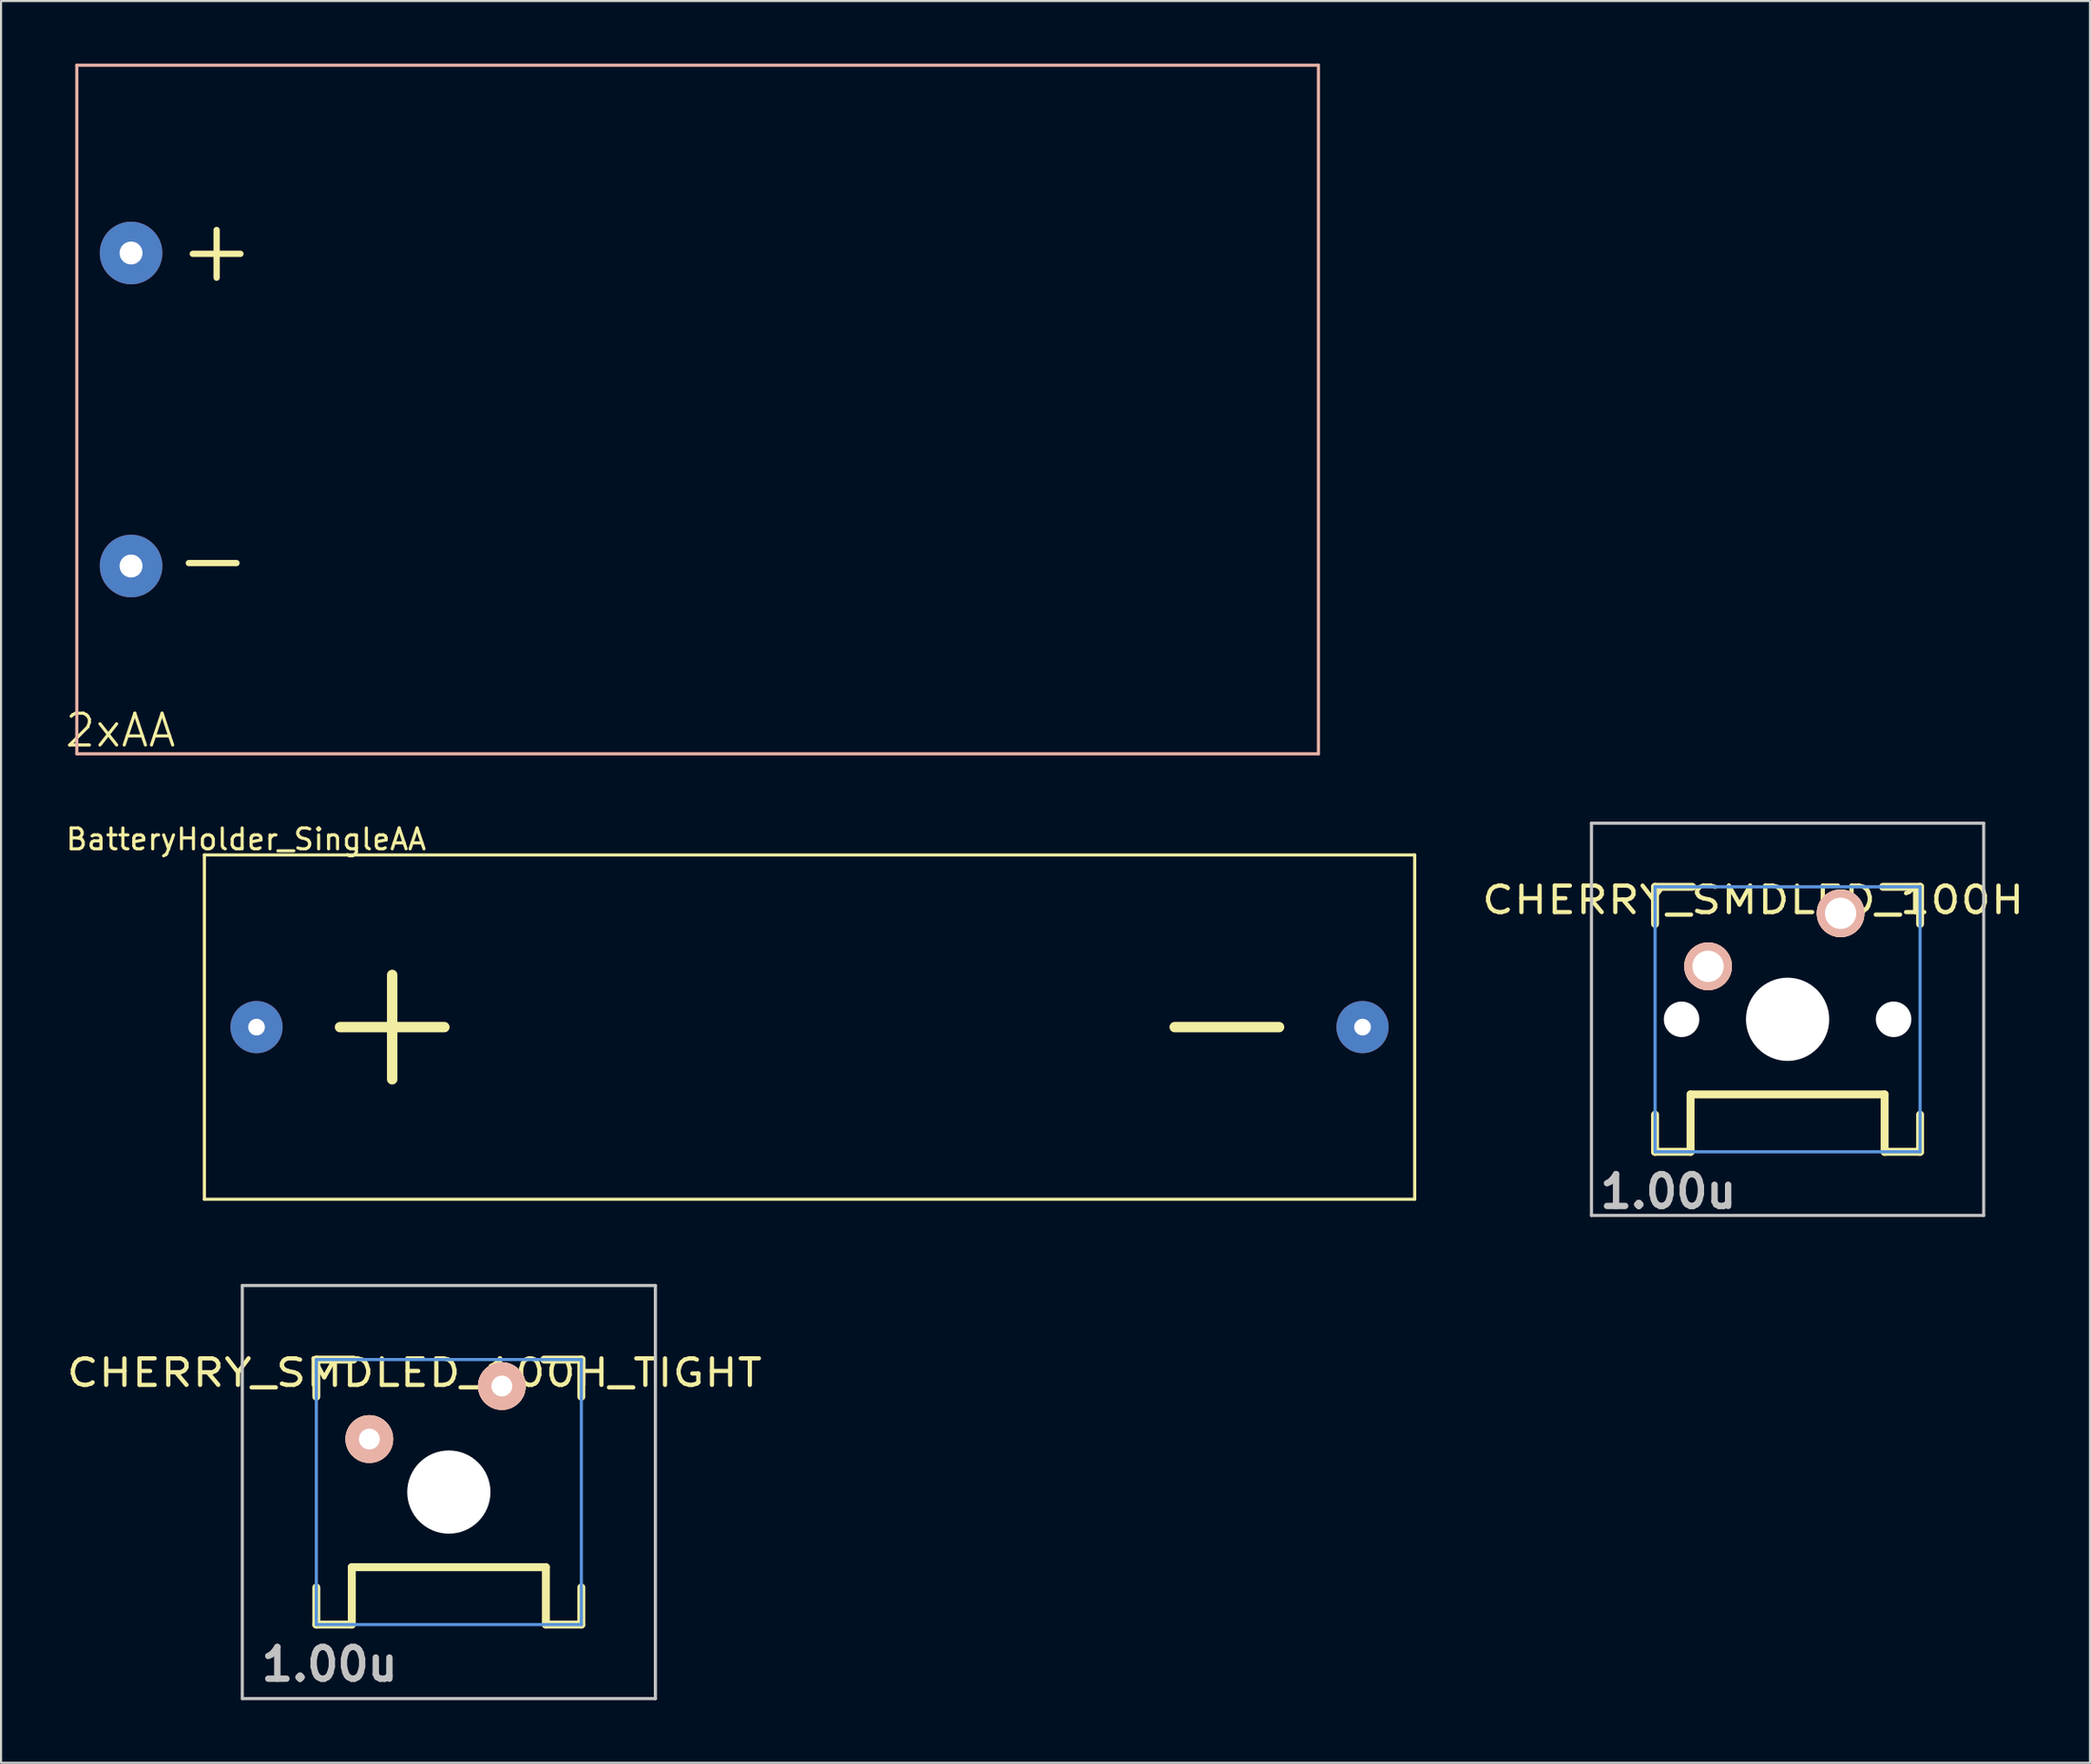
<source format=kicad_pcb>
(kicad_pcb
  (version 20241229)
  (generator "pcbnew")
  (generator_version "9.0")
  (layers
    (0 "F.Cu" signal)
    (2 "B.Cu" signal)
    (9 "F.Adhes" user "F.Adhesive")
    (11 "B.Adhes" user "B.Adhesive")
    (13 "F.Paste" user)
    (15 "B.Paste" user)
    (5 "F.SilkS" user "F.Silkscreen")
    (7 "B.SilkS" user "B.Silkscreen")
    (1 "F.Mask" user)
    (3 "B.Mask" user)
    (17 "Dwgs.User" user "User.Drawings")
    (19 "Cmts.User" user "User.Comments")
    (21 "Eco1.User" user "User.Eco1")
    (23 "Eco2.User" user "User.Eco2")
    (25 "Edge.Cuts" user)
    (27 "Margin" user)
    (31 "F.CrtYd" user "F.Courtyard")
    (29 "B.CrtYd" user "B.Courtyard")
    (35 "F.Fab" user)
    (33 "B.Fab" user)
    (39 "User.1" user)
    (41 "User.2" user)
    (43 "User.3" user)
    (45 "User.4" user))
  (footprint "CHERRY_SMDLED_100H"
    (layer "F.Cu")
    (at 82.613 45.799)
    (property "Reference" "CHERRY_SMDLED_100H" (at -1.651 -5.715 0) (layer "F.SilkS") (effects (font (size 1.27 1.524) (thickness 0.203))))
    (attr through_hole)
    (fp_line (start -6.35 -6.35) (end -4.572 -6.35) (stroke (width 0.381) (type solid)) (layer "F.SilkS"))
    (fp_line (start -6.35 -4.572) (end -6.35 -6.35) (stroke (width 0.381) (type solid)) (layer "F.SilkS"))
    (fp_line (start -6.35 6.35) (end -6.35 4.572) (stroke (width 0.381) (type solid)) (layer "F.SilkS"))
    (fp_line (start -4.65 3.6) (end -4.65 6.35) (stroke (width 0.381) (type solid)) (layer "F.SilkS"))
    (fp_line (start -4.65 3.6) (end 4.65 3.6) (stroke (width 0.381) (type solid)) (layer "F.SilkS"))
    (fp_line (start -4.65 6.35) (end -6.35 6.35) (stroke (width 0.381) (type solid)) (layer "F.SilkS"))
    (fp_line (start 4.572 -6.35) (end 6.35 -6.35) (stroke (width 0.381) (type solid)) (layer "F.SilkS"))
    (fp_line (start 4.65 3.6) (end 4.65 6.35) (stroke (width 0.381) (type solid)) (layer "F.SilkS"))
    (fp_line (start 6.35 -6.35) (end 6.35 -4.572) (stroke (width 0.381) (type solid)) (layer "F.SilkS"))
    (fp_line (start 6.35 4.572) (end 6.35 6.35) (stroke (width 0.381) (type solid)) (layer "F.SilkS"))
    (fp_line (start 6.35 6.35) (end 4.65 6.35) (stroke (width 0.381) (type solid)) (layer "F.SilkS"))
    (fp_line (start -9.398 -9.398) (end 9.398 -9.398) (stroke (width 0.152) (type solid)) (layer "Dwgs.User"))
    (fp_line (start -9.398 9.398) (end -9.398 -9.398) (stroke (width 0.152) (type solid)) (layer "Dwgs.User"))
    (fp_line (start 9.398 -9.398) (end 9.398 9.398) (stroke (width 0.152) (type solid)) (layer "Dwgs.User"))
    (fp_line (start 9.398 9.398) (end -9.398 9.398) (stroke (width 0.152) (type solid)) (layer "Dwgs.User"))
    (fp_line (start -6.35 -6.35) (end 6.35 -6.35) (stroke (width 0.152) (type solid)) (layer "Cmts.User"))
    (fp_line (start -6.35 6.35) (end -6.35 -6.35) (stroke (width 0.152) (type solid)) (layer "Cmts.User"))
    (fp_line (start 6.35 -6.35) (end 6.35 6.35) (stroke (width 0.152) (type solid)) (layer "Cmts.User"))
    (fp_line (start 6.35 6.35) (end -6.35 6.35) (stroke (width 0.152) (type solid)) (layer "Cmts.User"))
    (fp_line (start -6.985 -6.985) (end 6.985 -6.985) (stroke (width 0.152) (type solid)) (layer "Eco2.User"))
    (fp_line (start -6.985 6.985) (end -6.985 -6.985) (stroke (width 0.152) (type solid)) (layer "Eco2.User"))
    (fp_line (start 6.985 -6.985) (end 6.985 6.985) (stroke (width 0.152) (type solid)) (layer "Eco2.User"))
    (fp_line (start 6.985 6.985) (end -6.985 6.985) (stroke (width 0.152) (type solid)) (layer "Eco2.User"))
    (fp_text user "1.00u" (at -5.715 8.255 0) (layer "Dwgs.User") (effects (font (size 1.524 1.524) (thickness 0.305))))
    (pad "" np_thru_hole circle (at -5.08 0) (size 1.702 1.702) (drill 1.702) (layers "*.Cu"))
    (pad "" np_thru_hole circle (at 0 0) (size 3.988 3.988) (drill 3.988) (layers "*.Cu"))
    (pad "" np_thru_hole circle (at 5.08 0) (size 1.702 1.702) (drill 1.702) (layers "*.Cu"))
    (pad "1" thru_hole circle (at 2.54 -5.08) (size 2.286 2.286) (drill 1.499) (layers "*.Cu" "*.SilkS" "*.Mask"))
    (pad "2" thru_hole circle (at -3.81 -2.54) (size 2.286 2.286) (drill 1.499) (layers "*.Cu" "*.SilkS" "*.Mask")))
  (footprint "CHERRY_SMDLED_100H_TIGHT"
    (layer "F.Cu")
    (at 18.459 68.455)
    (property "Reference" "CHERRY_SMDLED_100H_TIGHT" (at -1.651 -5.715 0) (layer "F.SilkS") (effects (font (size 1.27 1.524) (thickness 0.203))))
    (attr through_hole)
    (fp_line (start -6.35 -6.35) (end -4.572 -6.35) (stroke (width 0.381) (type solid)) (layer "F.SilkS"))
    (fp_line (start -6.35 -4.572) (end -6.35 -6.35) (stroke (width 0.381) (type solid)) (layer "F.SilkS"))
    (fp_line (start -6.35 6.35) (end -6.35 4.572) (stroke (width 0.381) (type solid)) (layer "F.SilkS"))
    (fp_line (start -4.65 3.6) (end -4.65 6.35) (stroke (width 0.381) (type solid)) (layer "F.SilkS"))
    (fp_line (start -4.65 3.6) (end 4.65 3.6) (stroke (width 0.381) (type solid)) (layer "F.SilkS"))
    (fp_line (start -4.65 6.35) (end -6.35 6.35) (stroke (width 0.381) (type solid)) (layer "F.SilkS"))
    (fp_line (start 4.572 -6.35) (end 6.35 -6.35) (stroke (width 0.381) (type solid)) (layer "F.SilkS"))
    (fp_line (start 4.65 3.6) (end 4.65 6.35) (stroke (width 0.381) (type solid)) (layer "F.SilkS"))
    (fp_line (start 6.35 -6.35) (end 6.35 -4.572) (stroke (width 0.381) (type solid)) (layer "F.SilkS"))
    (fp_line (start 6.35 4.572) (end 6.35 6.35) (stroke (width 0.381) (type solid)) (layer "F.SilkS"))
    (fp_line (start 6.35 6.35) (end 4.65 6.35) (stroke (width 0.381) (type solid)) (layer "F.SilkS"))
    (fp_line (start -9.898 -9.898) (end 9.898 -9.898) (stroke (width 0.152) (type solid)) (layer "Dwgs.User"))
    (fp_line (start -9.898 9.898) (end -9.898 -9.898) (stroke (width 0.152) (type solid)) (layer "Dwgs.User"))
    (fp_line (start 9.898 -9.898) (end 9.898 9.898) (stroke (width 0.152) (type solid)) (layer "Dwgs.User"))
    (fp_line (start 9.898 9.898) (end -9.898 9.898) (stroke (width 0.152) (type solid)) (layer "Dwgs.User"))
    (fp_line (start -6.35 -6.35) (end 6.35 -6.35) (stroke (width 0.152) (type solid)) (layer "Cmts.User"))
    (fp_line (start -6.35 6.35) (end -6.35 -6.35) (stroke (width 0.152) (type solid)) (layer "Cmts.User"))
    (fp_line (start 6.35 -6.35) (end 6.35 6.35) (stroke (width 0.152) (type solid)) (layer "Cmts.User"))
    (fp_line (start 6.35 6.35) (end -6.35 6.35) (stroke (width 0.152) (type solid)) (layer "Cmts.User"))
    (fp_line (start -6.985 -6.985) (end 6.985 -6.985) (stroke (width 0.152) (type solid)) (layer "Eco2.User"))
    (fp_line (start -6.985 6.985) (end -6.985 -6.985) (stroke (width 0.152) (type solid)) (layer "Eco2.User"))
    (fp_line (start 6.985 -6.985) (end 6.985 6.985) (stroke (width 0.152) (type solid)) (layer "Eco2.User"))
    (fp_line (start 6.985 6.985) (end -6.985 6.985) (stroke (width 0.152) (type solid)) (layer "Eco2.User"))
    (fp_text user "1.00u" (at -5.715 8.255 0) (layer "Dwgs.User") (effects (font (size 1.524 1.524) (thickness 0.305))))
    (pad "" np_thru_hole circle (at 0 0) (size 3.988 3.988) (drill 3.988) (layers "*.Cu"))
    (pad "1" thru_hole circle (at 2.54 -5.08) (size 2.286 2.286) (drill 1) (layers "*.Cu" "*.SilkS" "*.Mask"))
    (pad "2" thru_hole circle (at -3.81 -2.54) (size 2.286 2.286) (drill 1) (layers "*.Cu" "*.SilkS" "*.Mask")))
  (footprint "2xAA"
    (layer "F.Cu")
    (at 0.631 33.075)
    (property "Reference" "2xAA" (at 2.09 -1.12 0) (layer "F.SilkS") (effects (font (size 1.524 1.524) (thickness 0.15))))
    (attr exclude_from_pos_files exclude_from_bom)
    (fp_line (start 0 -33) (end 0 0) (stroke (width 0.15) (type solid)) (layer "B.SilkS"))
    (fp_line (start 0 0) (end 59.5 0) (stroke (width 0.15) (type solid)) (layer "B.SilkS"))
    (fp_line (start 59.5 -33) (end 0 -33) (stroke (width 0.15) (type solid)) (layer "B.SilkS"))
    (fp_line (start 59.5 0) (end 59.5 -33) (stroke (width 0.15) (type solid)) (layer "B.SilkS"))
    (fp_text user "-" (at 6.51 -9.37 0) (layer "F.SilkS") (effects (font (size 3 3) (thickness 0.3))))
    (fp_text user "+" (at 6.7 -24.19 0) (layer "F.SilkS") (effects (font (size 3 3) (thickness 0.3))))
    (pad "1" thru_hole circle (at 2.6 -24) (size 3 3) (drill 1.1) (layers "*.Cu" "*.Mask"))
    (pad "2" thru_hole circle (at 2.6 -9) (size 3 3) (drill 1.1) (layers "*.Cu" "*.Mask")))
  (footprint "BatteryHolder_SingleAA"
    (layer "F.Cu")
    (at 35.744 46.173)
    (property "Reference" "BatteryHolder_SingleAA" (at -27 -9 0) (layer "F.SilkS") (effects (font (size 1 1) (thickness 0.15))))
    (attr through_hole)
    (fp_line (start -29 -8.25) (end -29 8.25) (stroke (width 0.15) (type solid)) (layer "F.SilkS"))
    (fp_line (start -29 -8.25) (end 29 -8.25) (stroke (width 0.15) (type solid)) (layer "F.SilkS"))
    (fp_line (start -29 8.25) (end 29 8.25) (stroke (width 0.15) (type solid)) (layer "F.SilkS"))
    (fp_line (start -22.5 0) (end -17.5 0) (stroke (width 0.5) (type solid)) (layer "F.SilkS"))
    (fp_line (start -20 -2.5) (end -20 2.5) (stroke (width 0.5) (type solid)) (layer "F.SilkS"))
    (fp_line (start 17.5 0) (end 22.5 0) (stroke (width 0.5) (type solid)) (layer "F.SilkS"))
    (fp_line (start 29 -8.25) (end 29 8.25) (stroke (width 0.15) (type solid)) (layer "F.SilkS"))
    (pad "1" thru_hole circle (at -26.5 0) (size 2.5 2.5) (drill 0.8) (layers "*.Cu" "*.Mask"))
    (pad "2" thru_hole circle (at 26.5 0) (size 2.5 2.5) (drill 0.8) (layers "*.Cu" "*.Mask")))
  (gr_rect
    (start -3 -3)
    (end 97.104 81.429)
    (stroke (width 0.1) (type default))
    (fill no)
    (layer "Edge.Cuts")))
</source>
